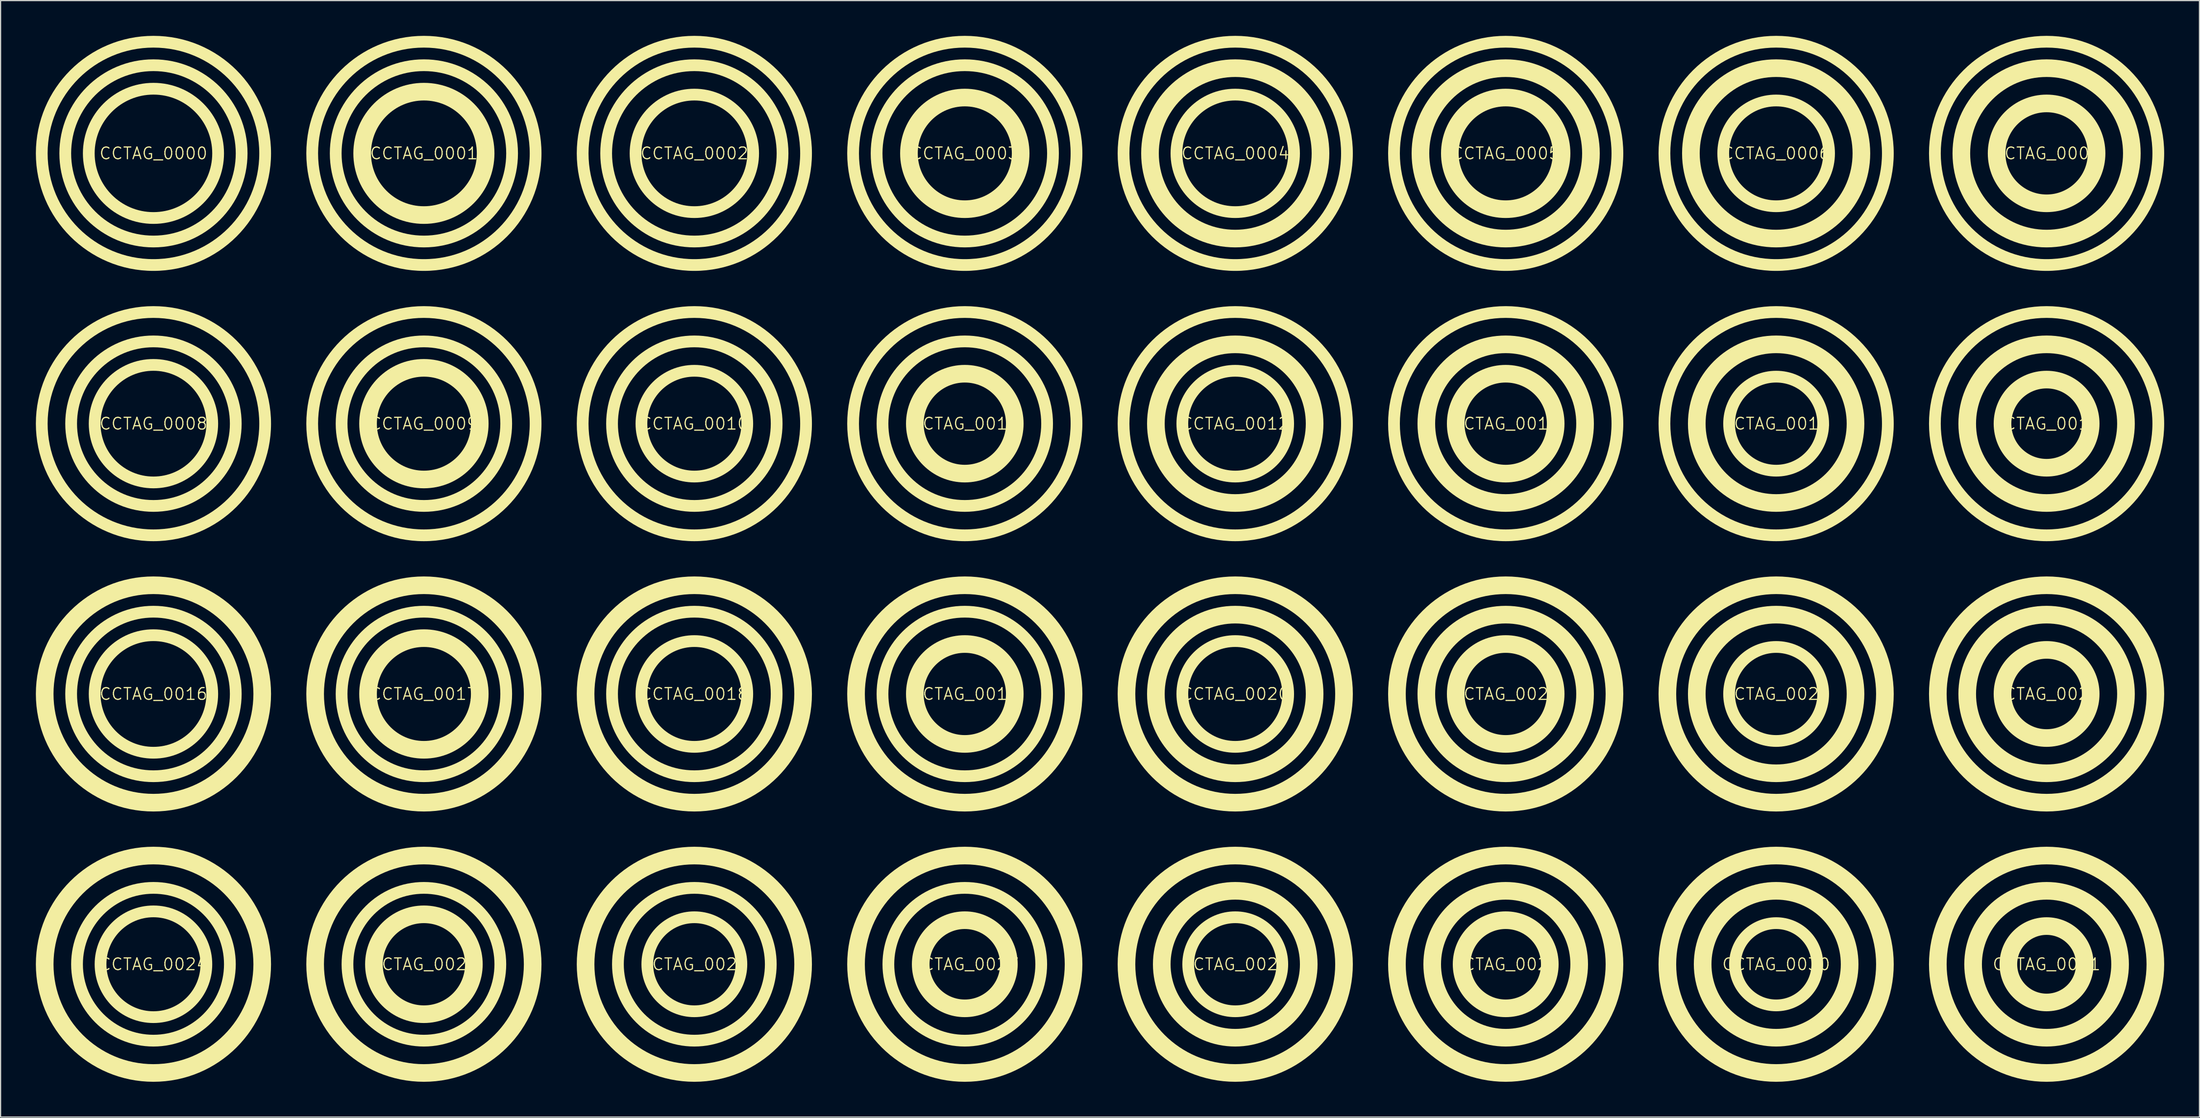
<source format=kicad_pcb>
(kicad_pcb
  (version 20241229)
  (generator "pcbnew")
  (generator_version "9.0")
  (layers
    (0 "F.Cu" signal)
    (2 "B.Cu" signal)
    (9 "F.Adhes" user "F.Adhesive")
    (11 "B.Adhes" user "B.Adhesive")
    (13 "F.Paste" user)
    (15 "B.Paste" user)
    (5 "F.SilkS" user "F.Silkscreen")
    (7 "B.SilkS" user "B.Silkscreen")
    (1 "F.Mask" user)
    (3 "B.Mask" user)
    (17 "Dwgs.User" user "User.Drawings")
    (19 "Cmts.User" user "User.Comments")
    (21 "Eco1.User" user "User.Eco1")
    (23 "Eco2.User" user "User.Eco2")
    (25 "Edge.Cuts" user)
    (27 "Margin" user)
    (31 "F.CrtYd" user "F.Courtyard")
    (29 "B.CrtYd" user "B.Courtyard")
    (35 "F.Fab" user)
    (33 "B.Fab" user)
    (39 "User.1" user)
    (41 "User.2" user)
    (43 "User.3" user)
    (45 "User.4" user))
  (footprint "CCTAG_0011"
    (layer "F.Cu")
    (at 79 33)
    (property "Reference" "CCTAG_0011" (at 0 0 0) (unlocked yes) (layer "F.SilkS") (effects (font (size 1 1) (thickness 0.1))))
    (attr exclude_from_bom allow_missing_courtyard dnp)
    (fp_circle (center 0 0) (end 4.25 0) (stroke (width 1.5) (type default)) (fill no) (layer "F.SilkS"))
    (fp_circle (center 0 0) (end 7 0) (stroke (width 1) (type default)) (fill no) (layer "F.SilkS"))
    (fp_circle (center 0 0) (end 9.5 0) (stroke (width 1) (type default)) (fill no) (layer "F.SilkS")))
  (footprint "CCTAG_0017"
    (layer "F.Cu")
    (at 33 56)
    (property "Reference" "CCTAG_0017" (at 0 0 0) (unlocked yes) (layer "F.SilkS") (effects (font (size 1 1) (thickness 0.1))))
    (attr exclude_from_bom allow_missing_courtyard dnp)
    (fp_circle (center 0 0) (end 4.75 0) (stroke (width 1.5) (type default)) (fill no) (layer "F.SilkS"))
    (fp_circle (center 0 0) (end 7 0) (stroke (width 1) (type default)) (fill no) (layer "F.SilkS"))
    (fp_circle (center 0 0) (end 9.25 0) (stroke (width 1.5) (type default)) (fill no) (layer "F.SilkS")))
  (footprint "CCTAG_0003"
    (layer "F.Cu")
    (at 79 10)
    (property "Reference" "CCTAG_0003" (at 0 0 0) (unlocked yes) (layer "F.SilkS") (effects (font (size 1 1) (thickness 0.1))))
    (attr exclude_from_bom allow_missing_courtyard dnp)
    (fp_circle (center 0 0) (end 4.75 0) (stroke (width 1.5) (type default)) (fill no) (layer "F.SilkS"))
    (fp_circle (center 0 0) (end 7.5 0) (stroke (width 1) (type default)) (fill no) (layer "F.SilkS"))
    (fp_circle (center 0 0) (end 9.5 0) (stroke (width 1) (type default)) (fill no) (layer "F.SilkS")))
  (footprint "CCTAG_0007"
    (layer "F.Cu")
    (at 171 10)
    (property "Reference" "CCTAG_0007" (at 0 0 0) (unlocked yes) (layer "F.SilkS") (effects (font (size 1 1) (thickness 0.1))))
    (attr exclude_from_bom allow_missing_courtyard dnp)
    (fp_circle (center 0 0) (end 4.25 0) (stroke (width 1.5) (type default)) (fill no) (layer "F.SilkS"))
    (fp_circle (center 0 0) (end 7.25 0) (stroke (width 1.5) (type default)) (fill no) (layer "F.SilkS"))
    (fp_circle (center 0 0) (end 9.5 0) (stroke (width 1) (type default)) (fill no) (layer "F.SilkS")))
  (footprint "CCTAG_0024"
    (layer "F.Cu")
    (at 10 79)
    (property "Reference" "CCTAG_0024" (at 0 0 0) (unlocked yes) (layer "F.SilkS") (effects (font (size 1 1) (thickness 0.1))))
    (attr exclude_from_bom allow_missing_courtyard dnp)
    (fp_circle (center 0 0) (end 4.5 0) (stroke (width 1) (type default)) (fill no) (layer "F.SilkS"))
    (fp_circle (center 0 0) (end 6.5 0) (stroke (width 1) (type default)) (fill no) (layer "F.SilkS"))
    (fp_circle (center 0 0) (end 9.25 0) (stroke (width 1.5) (type default)) (fill no) (layer "F.SilkS")))
  (footprint "CCTAG_0022"
    (layer "F.Cu")
    (at 148 56)
    (property "Reference" "CCTAG_0022" (at 0 0 0) (unlocked yes) (layer "F.SilkS") (effects (font (size 1 1) (thickness 0.1))))
    (attr exclude_from_bom allow_missing_courtyard dnp)
    (fp_circle (center 0 0) (end 4 0) (stroke (width 1) (type default)) (fill no) (layer "F.SilkS"))
    (fp_circle (center 0 0) (end 6.75 0) (stroke (width 1.5) (type default)) (fill no) (layer "F.SilkS"))
    (fp_circle (center 0 0) (end 9.25 0) (stroke (width 1.5) (type default)) (fill no) (layer "F.SilkS")))
  (footprint "CCTAG_0008"
    (layer "F.Cu")
    (at 10 33)
    (property "Reference" "CCTAG_0008" (at 0 0 0) (unlocked yes) (layer "F.SilkS") (effects (font (size 1 1) (thickness 0.1))))
    (attr exclude_from_bom allow_missing_courtyard dnp)
    (fp_circle (center 0 0) (end 5 0) (stroke (width 1) (type default)) (fill no) (layer "F.SilkS"))
    (fp_circle (center 0 0) (end 7 0) (stroke (width 1) (type default)) (fill no) (layer "F.SilkS"))
    (fp_circle (center 0 0) (end 9.5 0) (stroke (width 1) (type default)) (fill no) (layer "F.SilkS")))
  (footprint "CCTAG_0023"
    (layer "F.Cu")
    (at 171 56)
    (property "Reference" "CCTAG_0023" (at 0 0 0) (unlocked yes) (layer "F.SilkS") (effects (font (size 1 1) (thickness 0.1))))
    (attr exclude_from_bom allow_missing_courtyard dnp)
    (fp_circle (center 0 0) (end 3.75 0) (stroke (width 1.5) (type default)) (fill no) (layer "F.SilkS"))
    (fp_circle (center 0 0) (end 6.75 0) (stroke (width 1.5) (type default)) (fill no) (layer "F.SilkS"))
    (fp_circle (center 0 0) (end 9.25 0) (stroke (width 1.5) (type default)) (fill no) (layer "F.SilkS")))
  (footprint "CCTAG_0031"
    (layer "F.Cu")
    (at 171 79)
    (property "Reference" "CCTAG_0031" (at 0 0 0) (unlocked yes) (layer "F.SilkS") (effects (font (size 1 1) (thickness 0.1))))
    (attr exclude_from_bom allow_missing_courtyard dnp)
    (fp_circle (center 0 0) (end 3.25 0) (stroke (width 1.5) (type default)) (fill no) (layer "F.SilkS"))
    (fp_circle (center 0 0) (end 6.25 0) (stroke (width 1.5) (type default)) (fill no) (layer "F.SilkS"))
    (fp_circle (center 0 0) (end 9.25 0) (stroke (width 1.5) (type default)) (fill no) (layer "F.SilkS")))
  (footprint "CCTAG_0020"
    (layer "F.Cu")
    (at 102 56)
    (property "Reference" "CCTAG_0020" (at 0 0 0) (unlocked yes) (layer "F.SilkS") (effects (font (size 1 1) (thickness 0.1))))
    (attr exclude_from_bom allow_missing_courtyard dnp)
    (fp_circle (center 0 0) (end 4.5 0) (stroke (width 1) (type default)) (fill no) (layer "F.SilkS"))
    (fp_circle (center 0 0) (end 6.75 0) (stroke (width 1.5) (type default)) (fill no) (layer "F.SilkS"))
    (fp_circle (center 0 0) (end 9.25 0) (stroke (width 1.5) (type default)) (fill no) (layer "F.SilkS")))
  (footprint "CCTAG_0025"
    (layer "F.Cu")
    (at 33 79)
    (property "Reference" "CCTAG_0025" (at 0 0 0) (unlocked yes) (layer "F.SilkS") (effects (font (size 1 1) (thickness 0.1))))
    (attr exclude_from_bom allow_missing_courtyard dnp)
    (fp_circle (center 0 0) (end 4.25 0) (stroke (width 1.5) (type default)) (fill no) (layer "F.SilkS"))
    (fp_circle (center 0 0) (end 6.5 0) (stroke (width 1) (type default)) (fill no) (layer "F.SilkS"))
    (fp_circle (center 0 0) (end 9.25 0) (stroke (width 1.5) (type default)) (fill no) (layer "F.SilkS")))
  (footprint "CCTAG_0012"
    (layer "F.Cu")
    (at 102 33)
    (property "Reference" "CCTAG_0012" (at 0 0 0) (unlocked yes) (layer "F.SilkS") (effects (font (size 1 1) (thickness 0.1))))
    (attr exclude_from_bom allow_missing_courtyard dnp)
    (fp_circle (center 0 0) (end 4.5 0) (stroke (width 1) (type default)) (fill no) (layer "F.SilkS"))
    (fp_circle (center 0 0) (end 6.75 0) (stroke (width 1.5) (type default)) (fill no) (layer "F.SilkS"))
    (fp_circle (center 0 0) (end 9.5 0) (stroke (width 1) (type default)) (fill no) (layer "F.SilkS")))
  (footprint "CCTAG_0021"
    (layer "F.Cu")
    (at 125 56)
    (property "Reference" "CCTAG_0021" (at 0 0 0) (unlocked yes) (layer "F.SilkS") (effects (font (size 1 1) (thickness 0.1))))
    (attr exclude_from_bom allow_missing_courtyard dnp)
    (fp_circle (center 0 0) (end 4.25 0) (stroke (width 1.5) (type default)) (fill no) (layer "F.SilkS"))
    (fp_circle (center 0 0) (end 6.75 0) (stroke (width 1.5) (type default)) (fill no) (layer "F.SilkS"))
    (fp_circle (center 0 0) (end 9.25 0) (stroke (width 1.5) (type default)) (fill no) (layer "F.SilkS")))
  (footprint "CCTAG_0014"
    (layer "F.Cu")
    (at 148 33)
    (property "Reference" "CCTAG_0014" (at 0 0 0) (unlocked yes) (layer "F.SilkS") (effects (font (size 1 1) (thickness 0.1))))
    (attr exclude_from_bom allow_missing_courtyard dnp)
    (fp_circle (center 0 0) (end 4 0) (stroke (width 1) (type default)) (fill no) (layer "F.SilkS"))
    (fp_circle (center 0 0) (end 6.75 0) (stroke (width 1.5) (type default)) (fill no) (layer "F.SilkS"))
    (fp_circle (center 0 0) (end 9.5 0) (stroke (width 1) (type default)) (fill no) (layer "F.SilkS")))
  (footprint "CCTAG_0028"
    (layer "F.Cu")
    (at 102 79)
    (property "Reference" "CCTAG_0028" (at 0 0 0) (unlocked yes) (layer "F.SilkS") (effects (font (size 1 1) (thickness 0.1))))
    (attr exclude_from_bom allow_missing_courtyard dnp)
    (fp_circle (center 0 0) (end 4 0) (stroke (width 1) (type default)) (fill no) (layer "F.SilkS"))
    (fp_circle (center 0 0) (end 6.25 0) (stroke (width 1.5) (type default)) (fill no) (layer "F.SilkS"))
    (fp_circle (center 0 0) (end 9.25 0) (stroke (width 1.5) (type default)) (fill no) (layer "F.SilkS")))
  (footprint "CCTAG_0006"
    (layer "F.Cu")
    (at 148 10)
    (property "Reference" "CCTAG_0006" (at 0 0 0) (unlocked yes) (layer "F.SilkS") (effects (font (size 1 1) (thickness 0.1))))
    (attr exclude_from_bom allow_missing_courtyard dnp)
    (fp_circle (center 0 0) (end 4.5 0) (stroke (width 1) (type default)) (fill no) (layer "F.SilkS"))
    (fp_circle (center 0 0) (end 7.25 0) (stroke (width 1.5) (type default)) (fill no) (layer "F.SilkS"))
    (fp_circle (center 0 0) (end 9.5 0) (stroke (width 1) (type default)) (fill no) (layer "F.SilkS")))
  (footprint "CCTAG_0027"
    (layer "F.Cu")
    (at 79 79)
    (property "Reference" "CCTAG_0027" (at 0 0 0) (unlocked yes) (layer "F.SilkS") (effects (font (size 1 1) (thickness 0.1))))
    (attr exclude_from_bom allow_missing_courtyard dnp)
    (fp_circle (center 0 0) (end 3.75 0) (stroke (width 1.5) (type default)) (fill no) (layer "F.SilkS"))
    (fp_circle (center 0 0) (end 6.5 0) (stroke (width 1) (type default)) (fill no) (layer "F.SilkS"))
    (fp_circle (center 0 0) (end 9.25 0) (stroke (width 1.5) (type default)) (fill no) (layer "F.SilkS")))
  (footprint "CCTAG_0013"
    (layer "F.Cu")
    (at 125 33)
    (property "Reference" "CCTAG_0013" (at 0 0 0) (unlocked yes) (layer "F.SilkS") (effects (font (size 1 1) (thickness 0.1))))
    (attr exclude_from_bom allow_missing_courtyard dnp)
    (fp_circle (center 0 0) (end 4.25 0) (stroke (width 1.5) (type default)) (fill no) (layer "F.SilkS"))
    (fp_circle (center 0 0) (end 6.75 0) (stroke (width 1.5) (type default)) (fill no) (layer "F.SilkS"))
    (fp_circle (center 0 0) (end 9.5 0) (stroke (width 1) (type default)) (fill no) (layer "F.SilkS")))
  (footprint "CCTAG_0016"
    (layer "F.Cu")
    (at 10 56)
    (property "Reference" "CCTAG_0016" (at 0 0 0) (unlocked yes) (layer "F.SilkS") (effects (font (size 1 1) (thickness 0.1))))
    (attr exclude_from_bom allow_missing_courtyard dnp)
    (fp_circle (center 0 0) (end 5 0) (stroke (width 1) (type default)) (fill no) (layer "F.SilkS"))
    (fp_circle (center 0 0) (end 7 0) (stroke (width 1) (type default)) (fill no) (layer "F.SilkS"))
    (fp_circle (center 0 0) (end 9.25 0) (stroke (width 1.5) (type default)) (fill no) (layer "F.SilkS")))
  (footprint "CCTAG_0002"
    (layer "F.Cu")
    (at 56 10)
    (property "Reference" "CCTAG_0002" (at 0 0 0) (unlocked yes) (layer "F.SilkS") (effects (font (size 1 1) (thickness 0.1))))
    (attr exclude_from_bom allow_missing_courtyard dnp)
    (fp_circle (center 0 0) (end 5 0) (stroke (width 1) (type default)) (fill no) (layer "F.SilkS"))
    (fp_circle (center 0 0) (end 7.5 0) (stroke (width 1) (type default)) (fill no) (layer "F.SilkS"))
    (fp_circle (center 0 0) (end 9.5 0) (stroke (width 1) (type default)) (fill no) (layer "F.SilkS")))
  (footprint "CCTAG_0029"
    (layer "F.Cu")
    (at 125 79)
    (property "Reference" "CCTAG_0029" (at 0 0 0) (unlocked yes) (layer "F.SilkS") (effects (font (size 1 1) (thickness 0.1))))
    (attr exclude_from_bom allow_missing_courtyard dnp)
    (fp_circle (center 0 0) (end 3.75 0) (stroke (width 1.5) (type default)) (fill no) (layer "F.SilkS"))
    (fp_circle (center 0 0) (end 6.25 0) (stroke (width 1.5) (type default)) (fill no) (layer "F.SilkS"))
    (fp_circle (center 0 0) (end 9.25 0) (stroke (width 1.5) (type default)) (fill no) (layer "F.SilkS")))
  (footprint "CCTAG_0000"
    (layer "F.Cu")
    (at 10 10)
    (property "Reference" "CCTAG_0000" (at 0 0 0) (unlocked yes) (layer "F.SilkS") (effects (font (size 1 1) (thickness 0.1))))
    (attr exclude_from_bom allow_missing_courtyard dnp)
    (fp_circle (center 0 0) (end 5.5 0) (stroke (width 1) (type default)) (fill no) (layer "F.SilkS"))
    (fp_circle (center 0 0) (end 7.5 0) (stroke (width 1) (type default)) (fill no) (layer "F.SilkS"))
    (fp_circle (center 0 0) (end 9.5 0) (stroke (width 1) (type default)) (fill no) (layer "F.SilkS")))
  (footprint "CCTAG_0015"
    (layer "F.Cu")
    (at 171 33)
    (property "Reference" "CCTAG_0015" (at 0 0 0) (unlocked yes) (layer "F.SilkS") (effects (font (size 1 1) (thickness 0.1))))
    (attr exclude_from_bom allow_missing_courtyard dnp)
    (fp_circle (center 0 0) (end 3.75 0) (stroke (width 1.5) (type default)) (fill no) (layer "F.SilkS"))
    (fp_circle (center 0 0) (end 6.75 0) (stroke (width 1.5) (type default)) (fill no) (layer "F.SilkS"))
    (fp_circle (center 0 0) (end 9.5 0) (stroke (width 1) (type default)) (fill no) (layer "F.SilkS")))
  (footprint "CCTAG_0026"
    (layer "F.Cu")
    (at 56 79)
    (property "Reference" "CCTAG_0026" (at 0 0 0) (unlocked yes) (layer "F.SilkS") (effects (font (size 1 1) (thickness 0.1))))
    (attr exclude_from_bom allow_missing_courtyard dnp)
    (fp_circle (center 0 0) (end 4 0) (stroke (width 1) (type default)) (fill no) (layer "F.SilkS"))
    (fp_circle (center 0 0) (end 6.5 0) (stroke (width 1) (type default)) (fill no) (layer "F.SilkS"))
    (fp_circle (center 0 0) (end 9.25 0) (stroke (width 1.5) (type default)) (fill no) (layer "F.SilkS")))
  (footprint "CCTAG_0005"
    (layer "F.Cu")
    (at 125 10)
    (property "Reference" "CCTAG_0005" (at 0 0 0) (unlocked yes) (layer "F.SilkS") (effects (font (size 1 1) (thickness 0.1))))
    (attr exclude_from_bom allow_missing_courtyard dnp)
    (fp_circle (center 0 0) (end 4.75 0) (stroke (width 1.5) (type default)) (fill no) (layer "F.SilkS"))
    (fp_circle (center 0 0) (end 7.25 0) (stroke (width 1.5) (type default)) (fill no) (layer "F.SilkS"))
    (fp_circle (center 0 0) (end 9.5 0) (stroke (width 1) (type default)) (fill no) (layer "F.SilkS")))
  (footprint "CCTAG_0004"
    (layer "F.Cu")
    (at 102 10)
    (property "Reference" "CCTAG_0004" (at 0 0 0) (unlocked yes) (layer "F.SilkS") (effects (font (size 1 1) (thickness 0.1))))
    (attr exclude_from_bom allow_missing_courtyard dnp)
    (fp_circle (center 0 0) (end 5 0) (stroke (width 1) (type default)) (fill no) (layer "F.SilkS"))
    (fp_circle (center 0 0) (end 7.25 0) (stroke (width 1.5) (type default)) (fill no) (layer "F.SilkS"))
    (fp_circle (center 0 0) (end 9.5 0) (stroke (width 1) (type default)) (fill no) (layer "F.SilkS")))
  (footprint "CCTAG_0010"
    (layer "F.Cu")
    (at 56 33)
    (property "Reference" "CCTAG_0010" (at 0 0 0) (unlocked yes) (layer "F.SilkS") (effects (font (size 1 1) (thickness 0.1))))
    (attr exclude_from_bom allow_missing_courtyard dnp)
    (fp_circle (center 0 0) (end 4.5 0) (stroke (width 1) (type default)) (fill no) (layer "F.SilkS"))
    (fp_circle (center 0 0) (end 7 0) (stroke (width 1) (type default)) (fill no) (layer "F.SilkS"))
    (fp_circle (center 0 0) (end 9.5 0) (stroke (width 1) (type default)) (fill no) (layer "F.SilkS")))
  (footprint "CCTAG_0018"
    (layer "F.Cu")
    (at 56 56)
    (property "Reference" "CCTAG_0018" (at 0 0 0) (unlocked yes) (layer "F.SilkS") (effects (font (size 1 1) (thickness 0.1))))
    (attr exclude_from_bom allow_missing_courtyard dnp)
    (fp_circle (center 0 0) (end 4.5 0) (stroke (width 1) (type default)) (fill no) (layer "F.SilkS"))
    (fp_circle (center 0 0) (end 7 0) (stroke (width 1) (type default)) (fill no) (layer "F.SilkS"))
    (fp_circle (center 0 0) (end 9.25 0) (stroke (width 1.5) (type default)) (fill no) (layer "F.SilkS")))
  (footprint "CCTAG_0019"
    (layer "F.Cu")
    (at 79 56)
    (property "Reference" "CCTAG_0019" (at 0 0 0) (unlocked yes) (layer "F.SilkS") (effects (font (size 1 1) (thickness 0.1))))
    (attr exclude_from_bom allow_missing_courtyard dnp)
    (fp_circle (center 0 0) (end 4.25 0) (stroke (width 1.5) (type default)) (fill no) (layer "F.SilkS"))
    (fp_circle (center 0 0) (end 7 0) (stroke (width 1) (type default)) (fill no) (layer "F.SilkS"))
    (fp_circle (center 0 0) (end 9.25 0) (stroke (width 1.5) (type default)) (fill no) (layer "F.SilkS")))
  (footprint "CCTAG_0009"
    (layer "F.Cu")
    (at 33 33)
    (property "Reference" "CCTAG_0009" (at 0 0 0) (unlocked yes) (layer "F.SilkS") (effects (font (size 1 1) (thickness 0.1))))
    (attr exclude_from_bom allow_missing_courtyard dnp)
    (fp_circle (center 0 0) (end 4.75 0) (stroke (width 1.5) (type default)) (fill no) (layer "F.SilkS"))
    (fp_circle (center 0 0) (end 7 0) (stroke (width 1) (type default)) (fill no) (layer "F.SilkS"))
    (fp_circle (center 0 0) (end 9.5 0) (stroke (width 1) (type default)) (fill no) (layer "F.SilkS")))
  (footprint "CCTAG_0030"
    (layer "F.Cu")
    (at 148 79)
    (property "Reference" "CCTAG_0030" (at 0 0 0) (unlocked yes) (layer "F.SilkS") (effects (font (size 1 1) (thickness 0.1))))
    (attr exclude_from_bom allow_missing_courtyard dnp)
    (fp_circle (center 0 0) (end 3.5 0) (stroke (width 1) (type default)) (fill no) (layer "F.SilkS"))
    (fp_circle (center 0 0) (end 6.25 0) (stroke (width 1.5) (type default)) (fill no) (layer "F.SilkS"))
    (fp_circle (center 0 0) (end 9.25 0) (stroke (width 1.5) (type default)) (fill no) (layer "F.SilkS")))
  (footprint "CCTAG_0001"
    (layer "F.Cu")
    (at 33 10)
    (property "Reference" "CCTAG_0001" (at 0 0 0) (unlocked yes) (layer "F.SilkS") (effects (font (size 1 1) (thickness 0.1))))
    (attr exclude_from_bom allow_missing_courtyard dnp)
    (fp_circle (center 0 0) (end 5.25 0) (stroke (width 1.5) (type default)) (fill no) (layer "F.SilkS"))
    (fp_circle (center 0 0) (end 7.5 0) (stroke (width 1) (type default)) (fill no) (layer "F.SilkS"))
    (fp_circle (center 0 0) (end 9.5 0) (stroke (width 1) (type default)) (fill no) (layer "F.SilkS")))
  (gr_rect
    (start -3 -3)
    (end 184 92)
    (stroke (width 0.1) (type default))
    (fill no)
    (layer "Edge.Cuts")))
</source>
